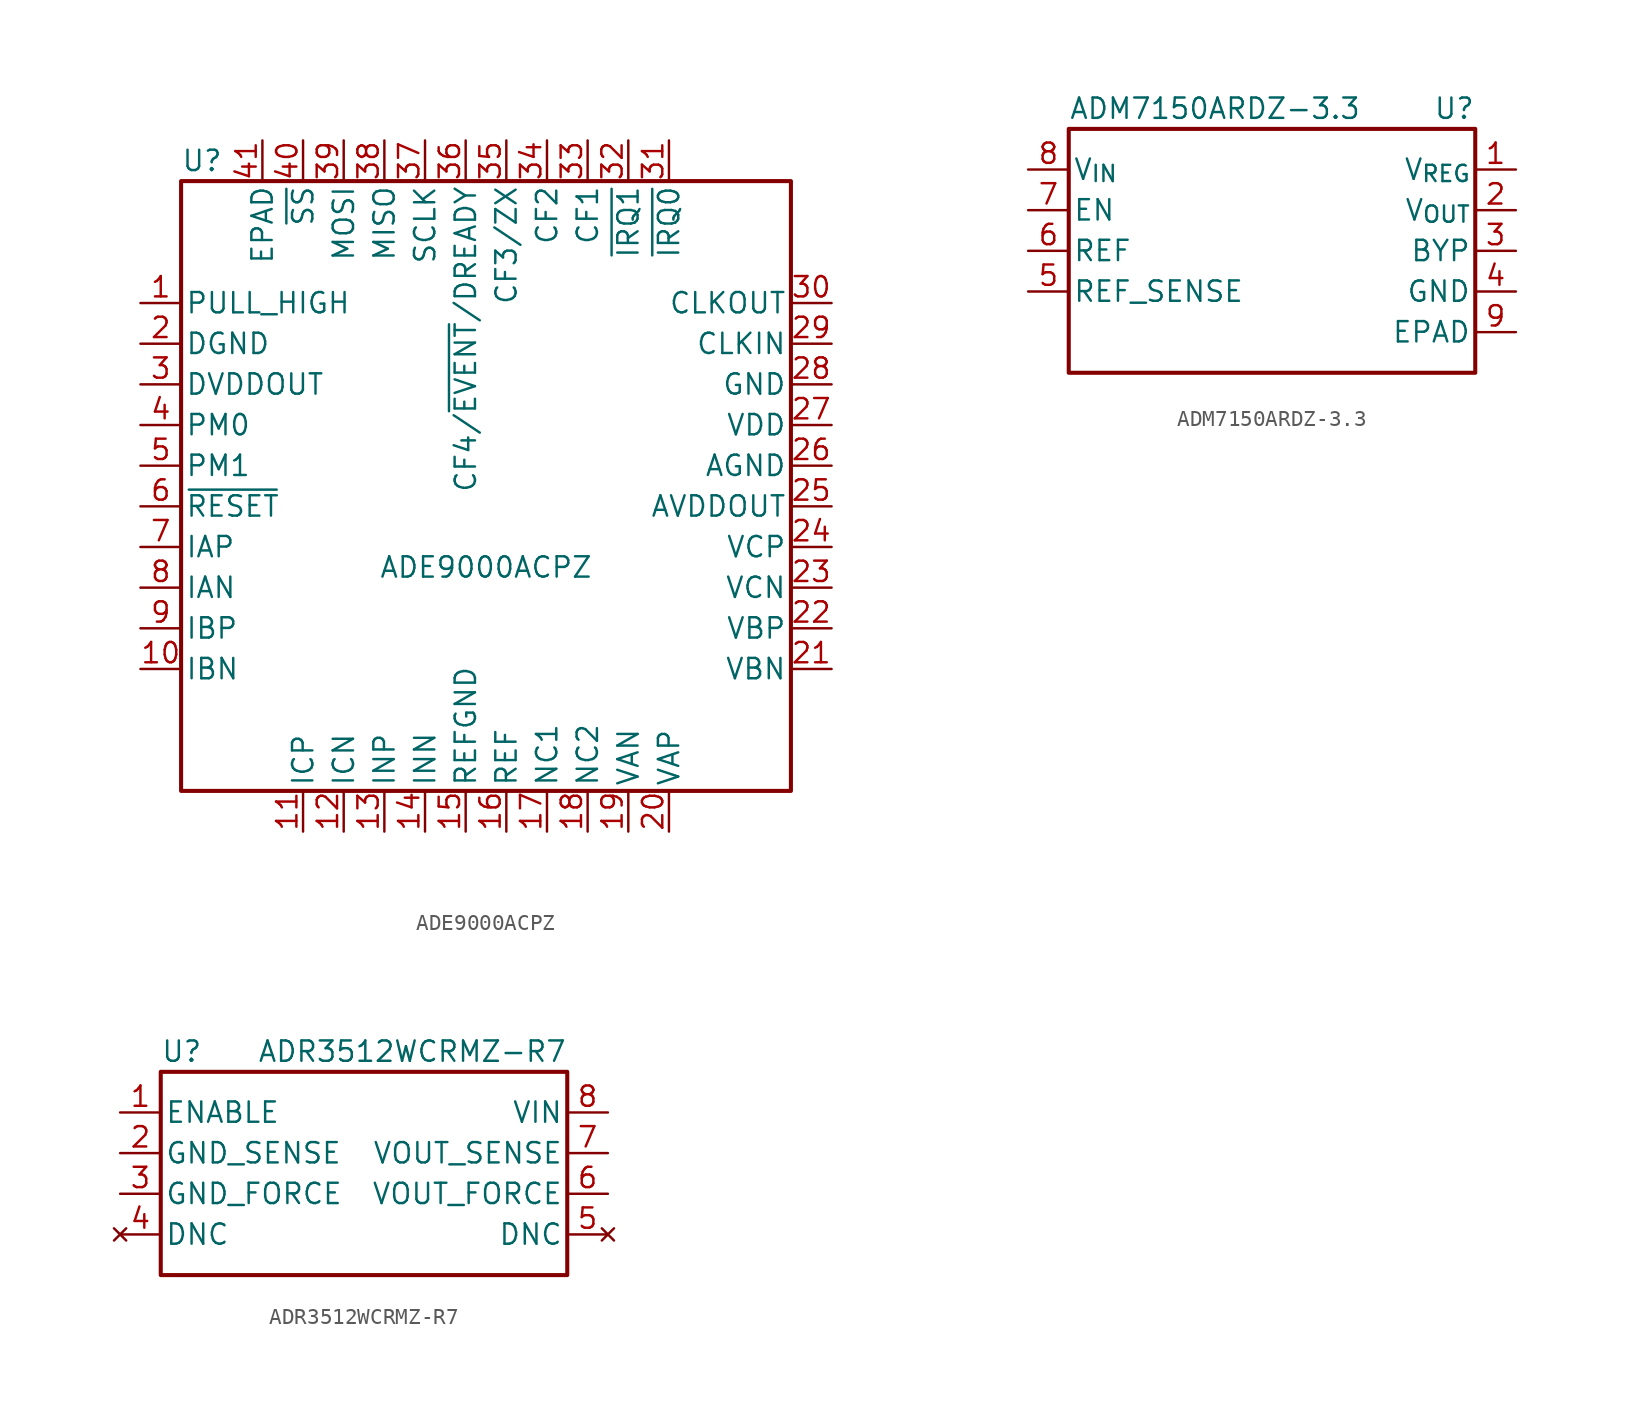
<source format=kicad_sym>
(kicad_symbol_lib
  (version 20211014)
  (generator kicad_symbol_editor)
  (symbol "ADE9000ACPZ"
    (pin_names
      (offset 0.254))
    (property "Reference" "U"
      (at 0 1.27 0)
      (effects (font (size 1.27 1.27)) (justify left)))
    (property "Value" "ADE9000ACPZ"
      (at 19.05 -24.13 0)
      (effects (font (size 1.27 1.27))))
    (symbol "ADE9000ACPZ_0_1"
      (rectangle (start 0 0) (end 38.1 -38.1) (stroke (width 0.254) (type default) (color 0 0 0 0)) (fill (type none))))
    (symbol "ADE9000ACPZ_1_1"
      (pin power_in line (at -2.54 -7.62 0) (length 2.54) (name "PULL_HIGH" (effects (font (size 1.27 1.27)))) (number "1" (effects (font (size 1.27 1.27)))))
      (pin passive line (at -2.54 -30.48 0) (length 2.54) (name "IBN" (effects (font (size 1.27 1.27)))) (number "10" (effects (font (size 1.27 1.27)))))
      (pin passive line (at 7.62 -40.64 90) (length 2.54) (name "ICP" (effects (font (size 1.27 1.27)))) (number "11" (effects (font (size 1.27 1.27)))))
      (pin passive line (at 10.16 -40.64 90) (length 2.54) (name "ICN" (effects (font (size 1.27 1.27)))) (number "12" (effects (font (size 1.27 1.27)))))
      (pin passive line (at 12.7 -40.64 90) (length 2.54) (name "INP" (effects (font (size 1.27 1.27)))) (number "13" (effects (font (size 1.27 1.27)))))
      (pin passive line (at 15.24 -40.64 90) (length 2.54) (name "INN" (effects (font (size 1.27 1.27)))) (number "14" (effects (font (size 1.27 1.27)))))
      (pin passive line (at 17.78 -40.64 90) (length 2.54) (name "REFGND" (effects (font (size 1.27 1.27)))) (number "15" (effects (font (size 1.27 1.27)))))
      (pin passive line (at 20.32 -40.64 90) (length 2.54) (name "REF" (effects (font (size 1.27 1.27)))) (number "16" (effects (font (size 1.27 1.27)))))
      (pin free line (at 22.86 -40.64 90) (length 2.54) (name "NC1" (effects (font (size 1.27 1.27)))) (number "17" (effects (font (size 1.27 1.27)))))
      (pin free line (at 25.4 -40.64 90) (length 2.54) (name "NC2" (effects (font (size 1.27 1.27)))) (number "18" (effects (font (size 1.27 1.27)))))
      (pin passive line (at 27.94 -40.64 90) (length 2.54) (name "VAN" (effects (font (size 1.27 1.27)))) (number "19" (effects (font (size 1.27 1.27)))))
      (pin power_in line (at -2.54 -10.16 0) (length 2.54) (name "DGND" (effects (font (size 1.27 1.27)))) (number "2" (effects (font (size 1.27 1.27)))))
      (pin passive line (at 30.48 -40.64 90) (length 2.54) (name "VAP" (effects (font (size 1.27 1.27)))) (number "20" (effects (font (size 1.27 1.27)))))
      (pin passive line (at 40.64 -30.48 180) (length 2.54) (name "VBN" (effects (font (size 1.27 1.27)))) (number "21" (effects (font (size 1.27 1.27)))))
      (pin passive line (at 40.64 -27.94 180) (length 2.54) (name "VBP" (effects (font (size 1.27 1.27)))) (number "22" (effects (font (size 1.27 1.27)))))
      (pin passive line (at 40.64 -25.4 180) (length 2.54) (name "VCN" (effects (font (size 1.27 1.27)))) (number "23" (effects (font (size 1.27 1.27)))))
      (pin passive line (at 40.64 -22.86 180) (length 2.54) (name "VCP" (effects (font (size 1.27 1.27)))) (number "24" (effects (font (size 1.27 1.27)))))
      (pin power_out line (at 40.64 -20.32 180) (length 2.54) (name "AVDDOUT" (effects (font (size 1.27 1.27)))) (number "25" (effects (font (size 1.27 1.27)))))
      (pin power_in line (at 40.64 -17.78 180) (length 2.54) (name "AGND" (effects (font (size 1.27 1.27)))) (number "26" (effects (font (size 1.27 1.27)))))
      (pin power_in line (at 40.64 -15.24 180) (length 2.54) (name "VDD" (effects (font (size 1.27 1.27)))) (number "27" (effects (font (size 1.27 1.27)))))
      (pin power_in line (at 40.64 -12.7 180) (length 2.54) (name "GND" (effects (font (size 1.27 1.27)))) (number "28" (effects (font (size 1.27 1.27)))))
      (pin input line (at 40.64 -10.16 180) (length 2.54) (name "CLKIN" (effects (font (size 1.27 1.27)))) (number "29" (effects (font (size 1.27 1.27)))))
      (pin power_out line (at -2.54 -12.7 0) (length 2.54) (name "DVDDOUT" (effects (font (size 1.27 1.27)))) (number "3" (effects (font (size 1.27 1.27)))))
      (pin output line (at 40.64 -7.62 180) (length 2.54) (name "CLKOUT" (effects (font (size 1.27 1.27)))) (number "30" (effects (font (size 1.27 1.27)))))
      (pin output line (at 30.48 2.54 270) (length 2.54) (name "~{IRQ0}" (effects (font (size 1.27 1.27)))) (number "31" (effects (font (size 1.27 1.27)))))
      (pin output line (at 27.94 2.54 270) (length 2.54) (name "~{IRQ1}" (effects (font (size 1.27 1.27)))) (number "32" (effects (font (size 1.27 1.27)))))
      (pin output line (at 25.4 2.54 270) (length 2.54) (name "CF1" (effects (font (size 1.27 1.27)))) (number "33" (effects (font (size 1.27 1.27)))))
      (pin output line (at 22.86 2.54 270) (length 2.54) (name "CF2" (effects (font (size 1.27 1.27)))) (number "34" (effects (font (size 1.27 1.27)))))
      (pin output line (at 20.32 2.54 270) (length 2.54) (name "CF3/ZX" (effects (font (size 1.27 1.27)))) (number "35" (effects (font (size 1.27 1.27)))) (alternate "CF3" output line) (alternate "ZX" output line))
      (pin output line (at 17.78 2.54 270) (length 2.54) (name "CF4/~{EVENT}/DREADY" (effects (font (size 1.27 1.27)))) (number "36" (effects (font (size 1.27 1.27)))) (alternate "CF4" output line) (alternate "DREADY" output line) (alternate "~{EVENT}" output line))
      (pin input line (at 15.24 2.54 270) (length 2.54) (name "SCLK" (effects (font (size 1.27 1.27)))) (number "37" (effects (font (size 1.27 1.27)))))
      (pin output line (at 12.7 2.54 270) (length 2.54) (name "MISO" (effects (font (size 1.27 1.27)))) (number "38" (effects (font (size 1.27 1.27)))))
      (pin input line (at 10.16 2.54 270) (length 2.54) (name "MOSI" (effects (font (size 1.27 1.27)))) (number "39" (effects (font (size 1.27 1.27)))))
      (pin input line (at -2.54 -15.24 0) (length 2.54) (name "PM0" (effects (font (size 1.27 1.27)))) (number "4" (effects (font (size 1.27 1.27)))))
      (pin input line (at 7.62 2.54 270) (length 2.54) (name "~{SS}" (effects (font (size 1.27 1.27)))) (number "40" (effects (font (size 1.27 1.27)))))
      (pin power_in line (at 5.08 2.54 270) (length 2.54) (name "EPAD" (effects (font (size 1.27 1.27)))) (number "41" (effects (font (size 1.27 1.27)))))
      (pin input line (at -2.54 -17.78 0) (length 2.54) (name "PM1" (effects (font (size 1.27 1.27)))) (number "5" (effects (font (size 1.27 1.27)))))
      (pin input line (at -2.54 -20.32 0) (length 2.54) (name "~{RESET}" (effects (font (size 1.27 1.27)))) (number "6" (effects (font (size 1.27 1.27)))))
      (pin passive line (at -2.54 -22.86 0) (length 2.54) (name "IAP" (effects (font (size 1.27 1.27)))) (number "7" (effects (font (size 1.27 1.27)))))
      (pin passive line (at -2.54 -25.4 0) (length 2.54) (name "IAN" (effects (font (size 1.27 1.27)))) (number "8" (effects (font (size 1.27 1.27)))))
      (pin passive line (at -2.54 -27.94 0) (length 2.54) (name "IBP" (effects (font (size 1.27 1.27)))) (number "9" (effects (font (size 1.27 1.27)))))))
  (symbol "ADM7150ARDZ-3.3"
    (pin_names
      (offset 0.254))
    (property "Reference" "U"
      (at 25.4 1.27 0)
      (effects (font (size 1.27 1.27)) (justify right)))
    (property "Value" "ADM7150ARDZ-3.3"
      (at 0 1.27 0)
      (effects (font (size 1.27 1.27)) (justify left)))
    (symbol "ADM7150ARDZ-3.3_1_1"
      (rectangle (start 0 0) (end 25.4 -15.24) (stroke (width 0.254) (type default) (color 0 0 0 0)) (fill (type none)))
      (pin passive line (at 27.94 -2.54 180) (length 2.54) (name "V_{REG}" (effects (font (size 1.27 1.27)))) (number "1" (effects (font (size 1.27 1.27)))))
      (pin power_out line (at 27.94 -5.08 180) (length 2.54) (name "V_{OUT}" (effects (font (size 1.27 1.27)))) (number "2" (effects (font (size 1.27 1.27)))))
      (pin passive line (at 27.94 -7.62 180) (length 2.54) (name "BYP" (effects (font (size 1.27 1.27)))) (number "3" (effects (font (size 1.27 1.27)))))
      (pin power_in line (at 27.94 -10.16 180) (length 2.54) (name "GND" (effects (font (size 1.27 1.27)))) (number "4" (effects (font (size 1.27 1.27)))))
      (pin passive line (at -2.54 -10.16 0) (length 2.54) (name "REF_SENSE" (effects (font (size 1.27 1.27)))) (number "5" (effects (font (size 1.27 1.27)))))
      (pin passive line (at -2.54 -7.62 0) (length 2.54) (name "REF" (effects (font (size 1.27 1.27)))) (number "6" (effects (font (size 1.27 1.27)))))
      (pin input line (at -2.54 -5.08 0) (length 2.54) (name "EN" (effects (font (size 1.27 1.27)))) (number "7" (effects (font (size 1.27 1.27)))))
      (pin power_in line (at -2.54 -2.54 0) (length 2.54) (name "V_{IN}" (effects (font (size 1.27 1.27)))) (number "8" (effects (font (size 1.27 1.27)))))
      (pin power_in line (at 27.94 -12.7 180) (length 2.54) (name "EPAD" (effects (font (size 1.27 1.27)))) (number "9" (effects (font (size 1.27 1.27)))))))
  (symbol "ADR3512WCRMZ-R7"
    (pin_names
      (offset 0.254))
    (property "Reference" "U"
      (at 0 1.27 0)
      (effects (font (size 1.27 1.27)) (justify left)))
    (property "Value" "ADR3512WCRMZ-R7"
      (at 25.4 1.27 0)
      (effects (font (size 1.27 1.27)) (justify right)))
    (symbol "ADR3512WCRMZ-R7_1_1"
      (rectangle (start 0 0) (end 25.4 -12.7) (stroke (width 0.254) (type default) (color 0 0 0 0)) (fill (type none)))
      (pin input line (at -2.54 -2.54 0) (length 2.54) (name "ENABLE" (effects (font (size 1.27 1.27)))) (number "1" (effects (font (size 1.27 1.27)))))
      (pin passive line (at -2.54 -5.08 0) (length 2.54) (name "GND_SENSE" (effects (font (size 1.27 1.27)))) (number "2" (effects (font (size 1.27 1.27)))))
      (pin power_in line (at -2.54 -7.62 0) (length 2.54) (name "GND_FORCE" (effects (font (size 1.27 1.27)))) (number "3" (effects (font (size 1.27 1.27)))))
      (pin no_connect line (at -2.54 -10.16 0) (length 2.54) (name "DNC" (effects (font (size 1.27 1.27)))) (number "4" (effects (font (size 1.27 1.27)))))
      (pin no_connect line (at 27.94 -10.16 180) (length 2.54) (name "DNC" (effects (font (size 1.27 1.27)))) (number "5" (effects (font (size 1.27 1.27)))))
      (pin output line (at 27.94 -7.62 180) (length 2.54) (name "VOUT_FORCE" (effects (font (size 1.27 1.27)))) (number "6" (effects (font (size 1.27 1.27)))))
      (pin passive line (at 27.94 -5.08 180) (length 2.54) (name "VOUT_SENSE" (effects (font (size 1.27 1.27)))) (number "7" (effects (font (size 1.27 1.27)))))
      (pin power_in line (at 27.94 -2.54 180) (length 2.54) (name "VIN" (effects (font (size 1.27 1.27)))) (number "8" (effects (font (size 1.27 1.27))))))))
</source>
